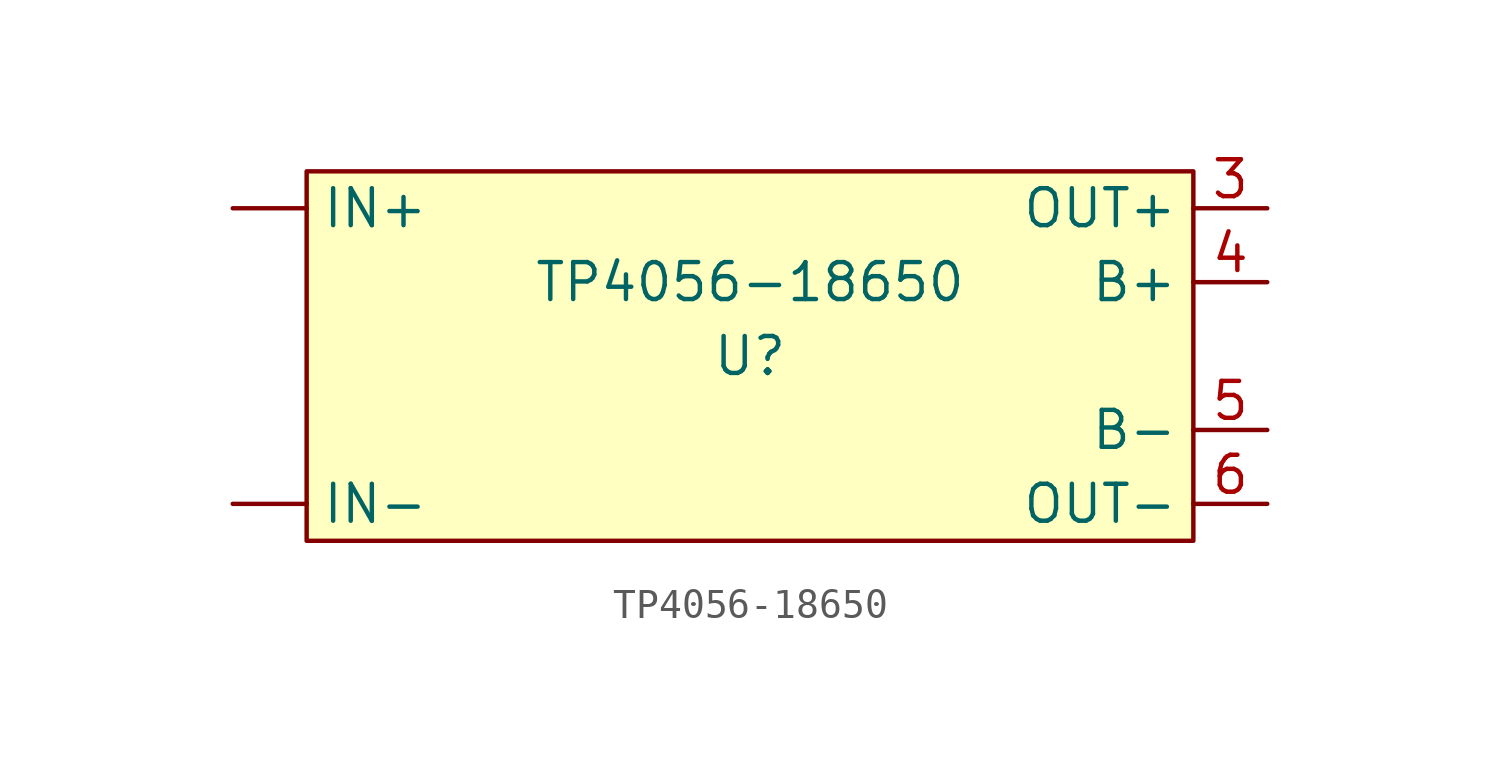
<source format=kicad_sym>
(kicad_symbol_lib
  (version 20211014)
  (generator kicad_symbol_editor)
  (symbol "TP4056-18650"
    (property "Reference" "U"
      (at 0 0 0)
      (effects (font (size 1.27 1.27))))
    (property "Value" "TP4056-18650"
      (at 0 2.54 0)
      (effects (font (size 1.27 1.27))))
    (symbol "TP4056-18650_0_1"
      (rectangle (start 15.24 6.35) (end -15.24 -6.35) (stroke (width 0) (type default) (color 0 0 0 0)) (fill (type background))))
    (symbol "TP4056-18650_1_1"
      (pin input line (at -17.78 5.08 0) (length 2.54) (name "IN+" (effects (font (size 1.27 1.27)))) (number "" (effects (font (size 1.27 1.27)))))
      (pin input line (at -17.78 -5.08 0) (length 2.54) (name "IN-" (effects (font (size 1.27 1.27)))) (number "" (effects (font (size 1.27 1.27)))))
      (pin output line (at 17.78 5.08 180) (length 2.54) (name "OUT+" (effects (font (size 1.27 1.27)))) (number "3" (effects (font (size 1.27 1.27)))))
      (pin input line (at 17.78 2.54 180) (length 2.54) (name "B+" (effects (font (size 1.27 1.27)))) (number "4" (effects (font (size 1.27 1.27)))))
      (pin input line (at 17.78 -2.54 180) (length 2.54) (name "B-" (effects (font (size 1.27 1.27)))) (number "5" (effects (font (size 1.27 1.27)))))
      (pin output line (at 17.78 -5.08 180) (length 2.54) (name "OUT-" (effects (font (size 1.27 1.27)))) (number "6" (effects (font (size 1.27 1.27))))))))
</source>
